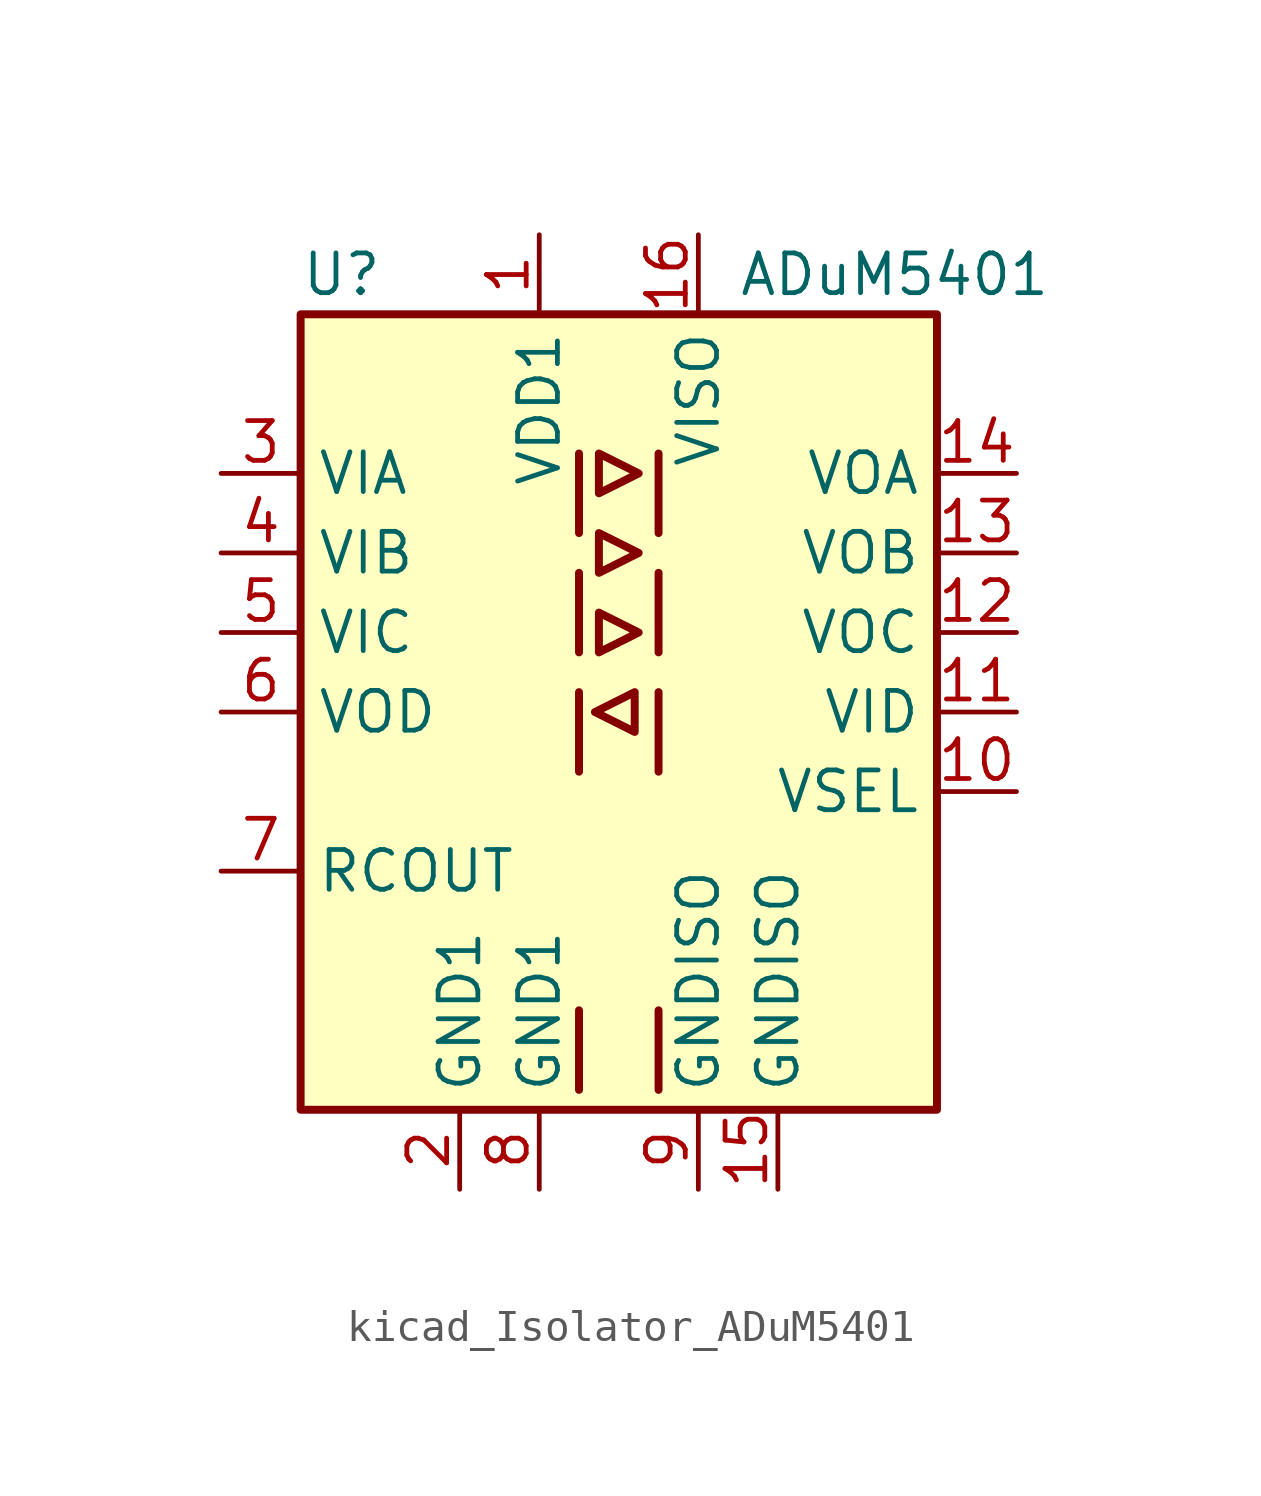
<source format=kicad_sym>
(kicad_symbol_lib
  (version 20220914)
  (generator kicad_symbol_editor)
  (symbol "kicad_Isolator_ADuM5401"
    (property "Reference" "U"
      (at -10.16 13.97 0)
      (effects (font (size 1.27 1.27)) (justify left)))
    (property "Value" "ADuM5401"
      (at 3.81 13.97 0)
      (effects (font (size 1.27 1.27)) (justify left)))
    (symbol "kicad_Isolator_ADuM5401_0_1"
      (rectangle (start -10.16 12.7) (end 10.16 -12.7) (stroke (width 0.254) (type default)) (fill (type background)))
      (polyline (pts (xy -1.27 -9.525) (xy -1.27 -12.065)) (stroke (width 0.254) (type default)) (fill (type none)))
      (polyline (pts (xy -1.27 0.635) (xy -1.27 -1.905)) (stroke (width 0.254) (type default)) (fill (type none)))
      (polyline (pts (xy -1.27 4.445) (xy -1.27 1.905)) (stroke (width 0.254) (type default)) (fill (type none)))
      (polyline (pts (xy -1.27 8.255) (xy -1.27 5.715)) (stroke (width 0.254) (type default)) (fill (type none)))
      (polyline (pts (xy 1.27 -9.525) (xy 1.27 -12.065)) (stroke (width 0.254) (type default)) (fill (type none)))
      (polyline (pts (xy 1.27 0.635) (xy 1.27 -1.905)) (stroke (width 0.254) (type default)) (fill (type none)))
      (polyline (pts (xy 1.27 4.445) (xy 1.27 1.905)) (stroke (width 0.254) (type default)) (fill (type none)))
      (polyline (pts (xy 1.27 8.255) (xy 1.27 5.715)) (stroke (width 0.254) (type default)) (fill (type none)))
      (polyline (pts (xy -0.635 1.905) (xy 0.635 2.54) (xy -0.635 3.175) (xy -0.635 1.905)) (stroke (width 0.254) (type default)) (fill (type none)))
      (polyline (pts (xy -0.635 5.715) (xy -0.635 4.445) (xy 0.635 5.08) (xy -0.635 5.715)) (stroke (width 0.254) (type default)) (fill (type none)))
      (polyline (pts (xy -0.635 6.985) (xy 0.635 7.62) (xy -0.635 8.255) (xy -0.635 6.985)) (stroke (width 0.254) (type default)) (fill (type none)))
      (polyline (pts (xy 0.508 0.635) (xy 0.508 -0.635) (xy -0.762 0) (xy 0.508 0.635)) (stroke (width 0.254) (type default)) (fill (type none))))
    (symbol "kicad_Isolator_ADuM5401_1_1"
      (pin power_in line (at -2.54 15.24 270) (length 2.54) (name "VDD1" (effects (font (size 1.27 1.27)))) (number "1" (effects (font (size 1.27 1.27)))))
      (pin input line (at 12.7 -2.54 180) (length 2.54) (name "VSEL" (effects (font (size 1.27 1.27)))) (number "10" (effects (font (size 1.27 1.27)))))
      (pin input line (at 12.7 0 180) (length 2.54) (name "VID" (effects (font (size 1.27 1.27)))) (number "11" (effects (font (size 1.27 1.27)))))
      (pin output line (at 12.7 2.54 180) (length 2.54) (name "VOC" (effects (font (size 1.27 1.27)))) (number "12" (effects (font (size 1.27 1.27)))))
      (pin output line (at 12.7 5.08 180) (length 2.54) (name "VOB" (effects (font (size 1.27 1.27)))) (number "13" (effects (font (size 1.27 1.27)))))
      (pin output line (at 12.7 7.62 180) (length 2.54) (name "VOA" (effects (font (size 1.27 1.27)))) (number "14" (effects (font (size 1.27 1.27)))))
      (pin power_in line (at 5.08 -15.24 90) (length 2.54) (name "GNDISO" (effects (font (size 1.27 1.27)))) (number "15" (effects (font (size 1.27 1.27)))))
      (pin power_in line (at 2.54 15.24 270) (length 2.54) (name "VISO" (effects (font (size 1.27 1.27)))) (number "16" (effects (font (size 1.27 1.27)))))
      (pin power_in line (at -5.08 -15.24 90) (length 2.54) (name "GND1" (effects (font (size 1.27 1.27)))) (number "2" (effects (font (size 1.27 1.27)))))
      (pin input line (at -12.7 7.62 0) (length 2.54) (name "VIA" (effects (font (size 1.27 1.27)))) (number "3" (effects (font (size 1.27 1.27)))))
      (pin input line (at -12.7 5.08 0) (length 2.54) (name "VIB" (effects (font (size 1.27 1.27)))) (number "4" (effects (font (size 1.27 1.27)))))
      (pin input line (at -12.7 2.54 0) (length 2.54) (name "VIC" (effects (font (size 1.27 1.27)))) (number "5" (effects (font (size 1.27 1.27)))))
      (pin output line (at -12.7 0 0) (length 2.54) (name "VOD" (effects (font (size 1.27 1.27)))) (number "6" (effects (font (size 1.27 1.27)))))
      (pin output line (at -12.7 -5.08 0) (length 2.54) (name "RCOUT" (effects (font (size 1.27 1.27)))) (number "7" (effects (font (size 1.27 1.27)))))
      (pin power_in line (at -2.54 -15.24 90) (length 2.54) (name "GND1" (effects (font (size 1.27 1.27)))) (number "8" (effects (font (size 1.27 1.27)))))
      (pin power_in line (at 2.54 -15.24 90) (length 2.54) (name "GNDISO" (effects (font (size 1.27 1.27)))) (number "9" (effects (font (size 1.27 1.27))))))))
</source>
